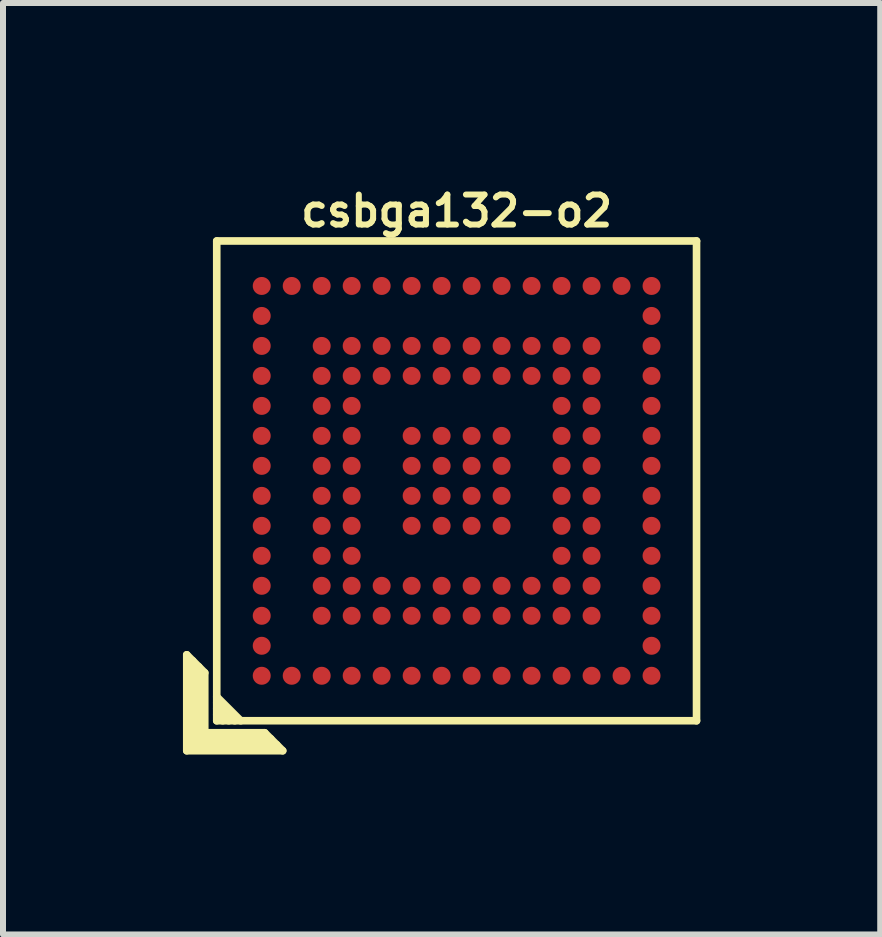
<source format=kicad_pcb>
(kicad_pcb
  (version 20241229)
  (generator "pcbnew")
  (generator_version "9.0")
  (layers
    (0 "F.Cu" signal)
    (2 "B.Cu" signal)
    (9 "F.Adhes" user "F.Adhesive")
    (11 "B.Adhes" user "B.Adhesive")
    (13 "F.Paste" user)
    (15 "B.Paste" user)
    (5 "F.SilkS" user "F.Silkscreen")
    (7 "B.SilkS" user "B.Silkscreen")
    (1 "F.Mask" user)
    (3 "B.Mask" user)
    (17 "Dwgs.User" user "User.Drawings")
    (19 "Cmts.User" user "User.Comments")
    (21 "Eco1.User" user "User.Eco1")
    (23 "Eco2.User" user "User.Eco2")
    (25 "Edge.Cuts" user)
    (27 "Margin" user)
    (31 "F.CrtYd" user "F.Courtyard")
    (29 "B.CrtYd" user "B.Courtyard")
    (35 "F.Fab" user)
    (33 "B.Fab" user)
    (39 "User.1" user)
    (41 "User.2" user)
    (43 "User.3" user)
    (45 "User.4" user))
  (footprint "csbga132-o2"
    (layer "F.Cu")
    (at 4.564 4.968)
    (property "Reference" "csbga132-o2" (at 0 -4.5 0) (layer "F.SilkS") (effects (font (size 0.5 0.5) (thickness 0.1))))
    (attr smd)
    (fp_line (start -4.5 2.9) (end -4.2 3.2) (stroke (width 0.127) (type solid)) (layer "F.SilkS"))
    (fp_line (start -4.5 4.5) (end -4.5 2.9) (stroke (width 0.127) (type solid)) (layer "F.SilkS"))
    (fp_line (start -4.4 4.4) (end -4.4 3) (stroke (width 0.127) (type solid)) (layer "F.SilkS"))
    (fp_line (start -4.3 3.1) (end -4.3 4.3) (stroke (width 0.127) (type solid)) (layer "F.SilkS"))
    (fp_line (start -4.3 4.3) (end -3.1 4.3) (stroke (width 0.127) (type solid)) (layer "F.SilkS"))
    (fp_line (start -4.2 3.2) (end -4.2 4.2) (stroke (width 0.127) (type solid)) (layer "F.SilkS"))
    (fp_line (start -4.2 4.2) (end -3.2 4.2) (stroke (width 0.127) (type solid)) (layer "F.SilkS"))
    (fp_line (start -4 -4) (end 4 -4) (stroke (width 0.127) (type solid)) (layer "F.SilkS"))
    (fp_line (start -4 3.6) (end -3.6 4) (stroke (width 0.127) (type solid)) (layer "F.SilkS"))
    (fp_line (start -4 3.7) (end -3.7 4) (stroke (width 0.127) (type solid)) (layer "F.SilkS"))
    (fp_line (start -4 4) (end -4 -4) (stroke (width 0.127) (type solid)) (layer "F.SilkS"))
    (fp_line (start -3.9 4) (end -4 3.9) (stroke (width 0.127) (type solid)) (layer "F.SilkS"))
    (fp_line (start -3.8 4) (end -4 3.8) (stroke (width 0.127) (type solid)) (layer "F.SilkS"))
    (fp_line (start -3.2 4.2) (end -2.9 4.5) (stroke (width 0.127) (type solid)) (layer "F.SilkS"))
    (fp_line (start -3 4.4) (end -4.4 4.4) (stroke (width 0.127) (type solid)) (layer "F.SilkS"))
    (fp_line (start -2.9 4.5) (end -4.5 4.5) (stroke (width 0.127) (type solid)) (layer "F.SilkS"))
    (fp_line (start 4 -4) (end 4 4) (stroke (width 0.127) (type solid)) (layer "F.SilkS"))
    (fp_line (start 4 4) (end -4 4) (stroke (width 0.127) (type solid)) (layer "F.SilkS"))
    (pad "A1" smd circle (at -3.25 3.25) (size 0.3 0.3) (layers "F.Cu" "F.Mask" "F.Paste"))
    (pad "A2" smd circle (at -3.25 2.75) (size 0.3 0.3) (layers "F.Cu" "F.Mask" "F.Paste"))
    (pad "A3" smd circle (at -3.25 2.25) (size 0.3 0.3) (layers "F.Cu" "F.Mask" "F.Paste"))
    (pad "A4" smd circle (at -3.25 1.75) (size 0.3 0.3) (layers "F.Cu" "F.Mask" "F.Paste"))
    (pad "A5" smd circle (at -3.25 1.25) (size 0.3 0.3) (layers "F.Cu" "F.Mask" "F.Paste"))
    (pad "A6" smd circle (at -3.25 0.75) (size 0.3 0.3) (layers "F.Cu" "F.Mask" "F.Paste"))
    (pad "A7" smd circle (at -3.25 0.25) (size 0.3 0.3) (layers "F.Cu" "F.Mask" "F.Paste"))
    (pad "A8" smd circle (at -3.25 -0.25) (size 0.3 0.3) (layers "F.Cu" "F.Mask" "F.Paste"))
    (pad "A9" smd circle (at -3.25 -0.75) (size 0.3 0.3) (layers "F.Cu" "F.Mask" "F.Paste"))
    (pad "A10" smd circle (at -3.25 -1.25) (size 0.3 0.3) (layers "F.Cu" "F.Mask" "F.Paste"))
    (pad "A11" smd circle (at -3.25 -1.75) (size 0.3 0.3) (layers "F.Cu" "F.Mask" "F.Paste"))
    (pad "A12" smd circle (at -3.25 -2.25) (size 0.3 0.3) (layers "F.Cu" "F.Mask" "F.Paste"))
    (pad "A13" smd circle (at -3.25 -2.75) (size 0.3 0.3) (layers "F.Cu" "F.Mask" "F.Paste"))
    (pad "A14" smd circle (at -3.25 -3.25) (size 0.3 0.3) (layers "F.Cu" "F.Mask" "F.Paste"))
    (pad "B1" smd circle (at -2.75 3.25) (size 0.3 0.3) (layers "F.Cu" "F.Mask" "F.Paste"))
    (pad "B14" smd circle (at -2.75 -3.25) (size 0.3 0.3) (layers "F.Cu" "F.Mask" "F.Paste"))
    (pad "C1" smd circle (at -2.25 3.25) (size 0.3 0.3) (layers "F.Cu" "F.Mask" "F.Paste"))
    (pad "C3" smd circle (at -2.25 2.25) (size 0.3 0.3) (layers "F.Cu" "F.Mask" "F.Paste"))
    (pad "C4" smd circle (at -2.25 1.75) (size 0.3 0.3) (layers "F.Cu" "F.Mask" "F.Paste"))
    (pad "C5" smd circle (at -2.25 1.25) (size 0.3 0.3) (layers "F.Cu" "F.Mask" "F.Paste"))
    (pad "C6" smd circle (at -2.25 0.75) (size 0.3 0.3) (layers "F.Cu" "F.Mask" "F.Paste"))
    (pad "C7" smd circle (at -2.25 0.25) (size 0.3 0.3) (layers "F.Cu" "F.Mask" "F.Paste"))
    (pad "C8" smd circle (at -2.25 -0.25) (size 0.3 0.3) (layers "F.Cu" "F.Mask" "F.Paste"))
    (pad "C9" smd circle (at -2.25 -0.75) (size 0.3 0.3) (layers "F.Cu" "F.Mask" "F.Paste"))
    (pad "C10" smd circle (at -2.25 -1.25) (size 0.3 0.3) (layers "F.Cu" "F.Mask" "F.Paste"))
    (pad "C11" smd circle (at -2.25 -1.75) (size 0.3 0.3) (layers "F.Cu" "F.Mask" "F.Paste"))
    (pad "C12" smd circle (at -2.25 -2.25) (size 0.3 0.3) (layers "F.Cu" "F.Mask" "F.Paste"))
    (pad "C14" smd circle (at -2.25 -3.25) (size 0.3 0.3) (layers "F.Cu" "F.Mask" "F.Paste"))
    (pad "D1" smd circle (at -1.75 3.25) (size 0.3 0.3) (layers "F.Cu" "F.Mask" "F.Paste"))
    (pad "D3" smd circle (at -1.75 2.25) (size 0.3 0.3) (layers "F.Cu" "F.Mask" "F.Paste"))
    (pad "D4" smd circle (at -1.75 1.75) (size 0.3 0.3) (layers "F.Cu" "F.Mask" "F.Paste"))
    (pad "D5" smd circle (at -1.75 1.25) (size 0.3 0.3) (layers "F.Cu" "F.Mask" "F.Paste"))
    (pad "D6" smd circle (at -1.75 0.75) (size 0.3 0.3) (layers "F.Cu" "F.Mask" "F.Paste"))
    (pad "D7" smd circle (at -1.75 0.25) (size 0.3 0.3) (layers "F.Cu" "F.Mask" "F.Paste"))
    (pad "D8" smd circle (at -1.75 -0.25) (size 0.3 0.3) (layers "F.Cu" "F.Mask" "F.Paste"))
    (pad "D9" smd circle (at -1.75 -0.75) (size 0.3 0.3) (layers "F.Cu" "F.Mask" "F.Paste"))
    (pad "D10" smd circle (at -1.75 -1.25) (size 0.3 0.3) (layers "F.Cu" "F.Mask" "F.Paste"))
    (pad "D11" smd circle (at -1.75 -1.75) (size 0.3 0.3) (layers "F.Cu" "F.Mask" "F.Paste"))
    (pad "D12" smd circle (at -1.75 -2.25) (size 0.3 0.3) (layers "F.Cu" "F.Mask" "F.Paste"))
    (pad "D14" smd circle (at -1.75 -3.25) (size 0.3 0.3) (layers "F.Cu" "F.Mask" "F.Paste"))
    (pad "E1" smd circle (at -1.25 3.25) (size 0.3 0.3) (layers "F.Cu" "F.Mask" "F.Paste"))
    (pad "E3" smd circle (at -1.25 2.25) (size 0.3 0.3) (layers "F.Cu" "F.Mask" "F.Paste"))
    (pad "E4" smd circle (at -1.25 1.75) (size 0.3 0.3) (layers "F.Cu" "F.Mask" "F.Paste"))
    (pad "E11" smd circle (at -1.25 -1.75) (size 0.3 0.3) (layers "F.Cu" "F.Mask" "F.Paste"))
    (pad "E12" smd circle (at -1.25 -2.25) (size 0.3 0.3) (layers "F.Cu" "F.Mask" "F.Paste"))
    (pad "E14" smd circle (at -1.25 -3.25) (size 0.3 0.3) (layers "F.Cu" "F.Mask" "F.Paste"))
    (pad "F1" smd circle (at -0.75 3.25) (size 0.3 0.3) (layers "F.Cu" "F.Mask" "F.Paste"))
    (pad "F3" smd circle (at -0.75 2.25) (size 0.3 0.3) (layers "F.Cu" "F.Mask" "F.Paste"))
    (pad "F4" smd circle (at -0.75 1.75) (size 0.3 0.3) (layers "F.Cu" "F.Mask" "F.Paste"))
    (pad "F6" smd circle (at -0.75 0.75) (size 0.3 0.3) (layers "F.Cu" "F.Mask" "F.Paste"))
    (pad "F7" smd circle (at -0.75 0.25) (size 0.3 0.3) (layers "F.Cu" "F.Mask" "F.Paste"))
    (pad "F8" smd circle (at -0.75 -0.25) (size 0.3 0.3) (layers "F.Cu" "F.Mask" "F.Paste"))
    (pad "F9" smd circle (at -0.75 -0.75) (size 0.3 0.3) (layers "F.Cu" "F.Mask" "F.Paste"))
    (pad "F11" smd circle (at -0.75 -1.75) (size 0.3 0.3) (layers "F.Cu" "F.Mask" "F.Paste"))
    (pad "F12" smd circle (at -0.75 -2.25) (size 0.3 0.3) (layers "F.Cu" "F.Mask" "F.Paste"))
    (pad "F14" smd circle (at -0.75 -3.25) (size 0.3 0.3) (layers "F.Cu" "F.Mask" "F.Paste"))
    (pad "G1" smd circle (at -0.25 3.25) (size 0.3 0.3) (layers "F.Cu" "F.Mask" "F.Paste"))
    (pad "G3" smd circle (at -0.25 2.25) (size 0.3 0.3) (layers "F.Cu" "F.Mask" "F.Paste"))
    (pad "G4" smd circle (at -0.25 1.75) (size 0.3 0.3) (layers "F.Cu" "F.Mask" "F.Paste"))
    (pad "G6" smd circle (at -0.25 0.75) (size 0.3 0.3) (layers "F.Cu" "F.Mask" "F.Paste"))
    (pad "G7" smd circle (at -0.25 0.25) (size 0.3 0.3) (layers "F.Cu" "F.Mask" "F.Paste"))
    (pad "G8" smd circle (at -0.25 -0.25) (size 0.3 0.3) (layers "F.Cu" "F.Mask" "F.Paste"))
    (pad "G9" smd circle (at -0.25 -0.75) (size 0.3 0.3) (layers "F.Cu" "F.Mask" "F.Paste"))
    (pad "G11" smd circle (at -0.25 -1.75) (size 0.3 0.3) (layers "F.Cu" "F.Mask" "F.Paste"))
    (pad "G12" smd circle (at -0.25 -2.25) (size 0.3 0.3) (layers "F.Cu" "F.Mask" "F.Paste"))
    (pad "G14" smd circle (at -0.25 -3.25) (size 0.3 0.3) (layers "F.Cu" "F.Mask" "F.Paste"))
    (pad "H1" smd circle (at 0.25 3.25) (size 0.3 0.3) (layers "F.Cu" "F.Mask" "F.Paste"))
    (pad "H3" smd circle (at 0.25 2.25) (size 0.3 0.3) (layers "F.Cu" "F.Mask" "F.Paste"))
    (pad "H4" smd circle (at 0.25 1.75) (size 0.3 0.3) (layers "F.Cu" "F.Mask" "F.Paste"))
    (pad "H6" smd circle (at 0.25 0.75) (size 0.3 0.3) (layers "F.Cu" "F.Mask" "F.Paste"))
    (pad "H7" smd circle (at 0.25 0.25) (size 0.3 0.3) (layers "F.Cu" "F.Mask" "F.Paste"))
    (pad "H8" smd circle (at 0.25 -0.25) (size 0.3 0.3) (layers "F.Cu" "F.Mask" "F.Paste"))
    (pad "H9" smd circle (at 0.25 -0.75) (size 0.3 0.3) (layers "F.Cu" "F.Mask" "F.Paste"))
    (pad "H11" smd circle (at 0.25 -1.75) (size 0.3 0.3) (layers "F.Cu" "F.Mask" "F.Paste"))
    (pad "H12" smd circle (at 0.25 -2.25) (size 0.3 0.3) (layers "F.Cu" "F.Mask" "F.Paste"))
    (pad "H14" smd circle (at 0.25 -3.25) (size 0.3 0.3) (layers "F.Cu" "F.Mask" "F.Paste"))
    (pad "J1" smd circle (at 0.75 3.25) (size 0.3 0.3) (layers "F.Cu" "F.Mask" "F.Paste"))
    (pad "J3" smd circle (at 0.75 2.25) (size 0.3 0.3) (layers "F.Cu" "F.Mask" "F.Paste"))
    (pad "J4" smd circle (at 0.75 1.75) (size 0.3 0.3) (layers "F.Cu" "F.Mask" "F.Paste"))
    (pad "J6" smd circle (at 0.75 0.75) (size 0.3 0.3) (layers "F.Cu" "F.Mask" "F.Paste"))
    (pad "J7" smd circle (at 0.75 0.25) (size 0.3 0.3) (layers "F.Cu" "F.Mask" "F.Paste"))
    (pad "J8" smd circle (at 0.75 -0.25) (size 0.3 0.3) (layers "F.Cu" "F.Mask" "F.Paste"))
    (pad "J9" smd circle (at 0.75 -0.75) (size 0.3 0.3) (layers "F.Cu" "F.Mask" "F.Paste"))
    (pad "J11" smd circle (at 0.75 -1.75) (size 0.3 0.3) (layers "F.Cu" "F.Mask" "F.Paste"))
    (pad "J12" smd circle (at 0.75 -2.25) (size 0.3 0.3) (layers "F.Cu" "F.Mask" "F.Paste"))
    (pad "J14" smd circle (at 0.75 -3.25) (size 0.3 0.3) (layers "F.Cu" "F.Mask" "F.Paste"))
    (pad "K1" smd circle (at 1.25 3.25) (size 0.3 0.3) (layers "F.Cu" "F.Mask" "F.Paste"))
    (pad "K3" smd circle (at 1.25 2.25) (size 0.3 0.3) (layers "F.Cu" "F.Mask" "F.Paste"))
    (pad "K4" smd circle (at 1.25 1.75) (size 0.3 0.3) (layers "F.Cu" "F.Mask" "F.Paste"))
    (pad "K11" smd circle (at 1.25 -1.75) (size 0.3 0.3) (layers "F.Cu" "F.Mask" "F.Paste"))
    (pad "K12" smd circle (at 1.25 -2.25) (size 0.3 0.3) (layers "F.Cu" "F.Mask" "F.Paste"))
    (pad "K14" smd circle (at 1.25 -3.25) (size 0.3 0.3) (layers "F.Cu" "F.Mask" "F.Paste"))
    (pad "L1" smd circle (at 1.75 3.25) (size 0.3 0.3) (layers "F.Cu" "F.Mask" "F.Paste"))
    (pad "L3" smd circle (at 1.75 2.25) (size 0.3 0.3) (layers "F.Cu" "F.Mask" "F.Paste"))
    (pad "L4" smd circle (at 1.75 1.75) (size 0.3 0.3) (layers "F.Cu" "F.Mask" "F.Paste"))
    (pad "L5" smd circle (at 1.75 1.25) (size 0.3 0.3) (layers "F.Cu" "F.Mask" "F.Paste"))
    (pad "L6" smd circle (at 1.75 0.75) (size 0.3 0.3) (layers "F.Cu" "F.Mask" "F.Paste"))
    (pad "L7" smd circle (at 1.75 0.25) (size 0.3 0.3) (layers "F.Cu" "F.Mask" "F.Paste"))
    (pad "L8" smd circle (at 1.75 -0.25) (size 0.3 0.3) (layers "F.Cu" "F.Mask" "F.Paste"))
    (pad "L9" smd circle (at 1.75 -0.75) (size 0.3 0.3) (layers "F.Cu" "F.Mask" "F.Paste"))
    (pad "L10" smd circle (at 1.75 -1.25) (size 0.3 0.3) (layers "F.Cu" "F.Mask" "F.Paste"))
    (pad "L11" smd circle (at 1.75 -1.75) (size 0.3 0.3) (layers "F.Cu" "F.Mask" "F.Paste"))
    (pad "L12" smd circle (at 1.75 -2.25) (size 0.3 0.3) (layers "F.Cu" "F.Mask" "F.Paste"))
    (pad "L14" smd circle (at 1.75 -3.25) (size 0.3 0.3) (layers "F.Cu" "F.Mask" "F.Paste"))
    (pad "M1" smd circle (at 2.25 3.25) (size 0.3 0.3) (layers "F.Cu" "F.Mask" "F.Paste"))
    (pad "M3" smd circle (at 2.25 2.25) (size 0.3 0.3) (layers "F.Cu" "F.Mask" "F.Paste"))
    (pad "M4" smd circle (at 2.25 1.75) (size 0.3 0.3) (layers "F.Cu" "F.Mask" "F.Paste"))
    (pad "M5" smd circle (at 2.25 1.25) (size 0.3 0.3) (layers "F.Cu" "F.Mask" "F.Paste"))
    (pad "M6" smd circle (at 2.25 0.75) (size 0.3 0.3) (layers "F.Cu" "F.Mask" "F.Paste"))
    (pad "M7" smd circle (at 2.25 0.25) (size 0.3 0.3) (layers "F.Cu" "F.Mask" "F.Paste"))
    (pad "M8" smd circle (at 2.25 -0.25) (size 0.3 0.3) (layers "F.Cu" "F.Mask" "F.Paste"))
    (pad "M9" smd circle (at 2.25 -0.75) (size 0.3 0.3) (layers "F.Cu" "F.Mask" "F.Paste"))
    (pad "M10" smd circle (at 2.25 -1.25) (size 0.3 0.3) (layers "F.Cu" "F.Mask" "F.Paste"))
    (pad "M11" smd circle (at 2.25 -1.75) (size 0.3 0.3) (layers "F.Cu" "F.Mask" "F.Paste"))
    (pad "M12" smd circle (at 2.25 -2.25) (size 0.3 0.3) (layers "F.Cu" "F.Mask" "F.Paste"))
    (pad "M14" smd circle (at 2.25 -3.25) (size 0.3 0.3) (layers "F.Cu" "F.Mask" "F.Paste"))
    (pad "N1" smd circle (at 2.75 3.25) (size 0.3 0.3) (layers "F.Cu" "F.Mask" "F.Paste"))
    (pad "N14" smd circle (at 2.75 -3.25) (size 0.3 0.3) (layers "F.Cu" "F.Mask" "F.Paste"))
    (pad "P1" smd circle (at 3.25 3.25) (size 0.3 0.3) (layers "F.Cu" "F.Mask" "F.Paste"))
    (pad "P2" smd circle (at 3.25 2.75) (size 0.3 0.3) (layers "F.Cu" "F.Mask" "F.Paste"))
    (pad "P3" smd circle (at 3.25 2.25) (size 0.3 0.3) (layers "F.Cu" "F.Mask" "F.Paste"))
    (pad "P4" smd circle (at 3.25 1.75) (size 0.3 0.3) (layers "F.Cu" "F.Mask" "F.Paste"))
    (pad "P5" smd circle (at 3.25 1.25) (size 0.3 0.3) (layers "F.Cu" "F.Mask" "F.Paste"))
    (pad "P6" smd circle (at 3.25 0.75) (size 0.3 0.3) (layers "F.Cu" "F.Mask" "F.Paste"))
    (pad "P7" smd circle (at 3.25 0.25) (size 0.3 0.3) (layers "F.Cu" "F.Mask" "F.Paste"))
    (pad "P8" smd circle (at 3.25 -0.25) (size 0.3 0.3) (layers "F.Cu" "F.Mask" "F.Paste"))
    (pad "P9" smd circle (at 3.25 -0.75) (size 0.3 0.3) (layers "F.Cu" "F.Mask" "F.Paste"))
    (pad "P10" smd circle (at 3.25 -1.25) (size 0.3 0.3) (layers "F.Cu" "F.Mask" "F.Paste"))
    (pad "P11" smd circle (at 3.25 -1.75) (size 0.3 0.3) (layers "F.Cu" "F.Mask" "F.Paste"))
    (pad "P12" smd circle (at 3.25 -2.25) (size 0.3 0.3) (layers "F.Cu" "F.Mask" "F.Paste"))
    (pad "P13" smd circle (at 3.25 -2.75) (size 0.3 0.3) (layers "F.Cu" "F.Mask" "F.Paste"))
    (pad "P14" smd circle (at 3.25 -3.25) (size 0.3 0.3) (layers "F.Cu" "F.Mask" "F.Paste")))
  (gr_rect
    (start -3 -3)
    (end 11.627 12.531)
    (stroke (width 0.1) (type default))
    (fill no)
    (layer "Edge.Cuts")))
</source>
